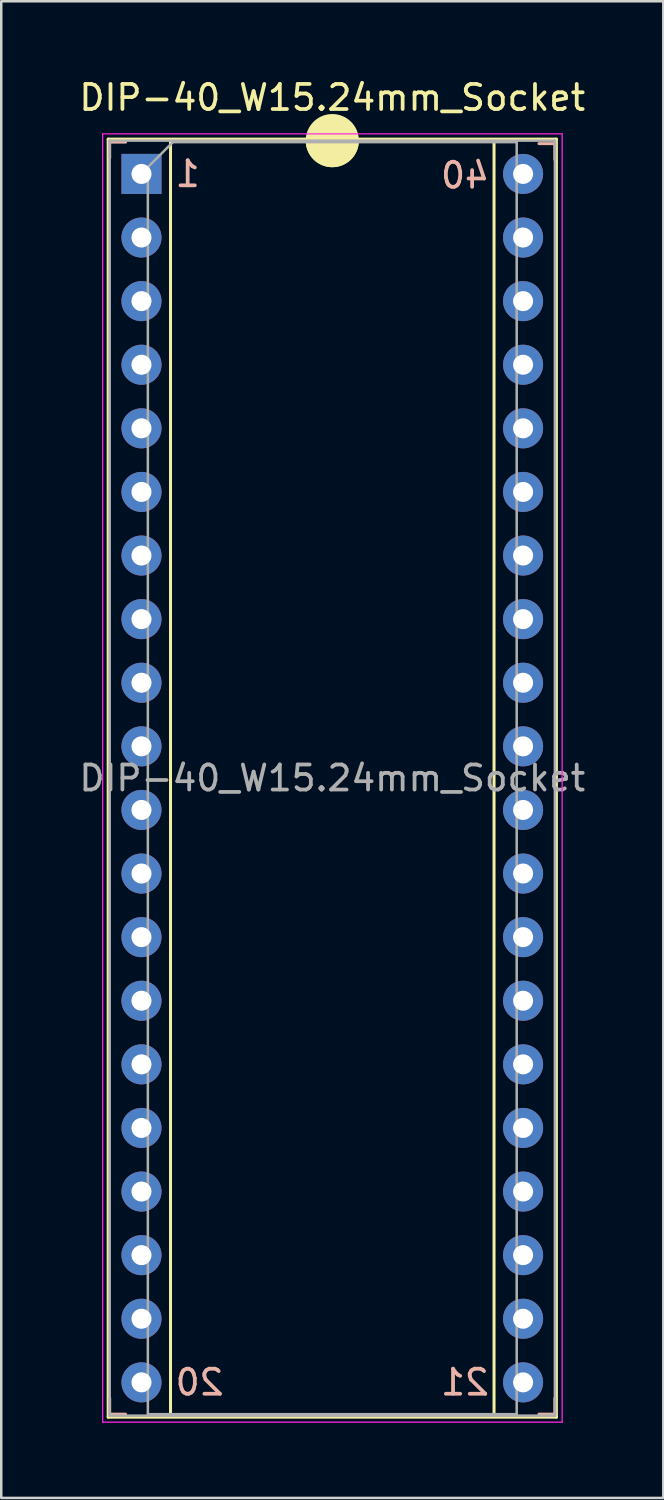
<source format=kicad_pcb>
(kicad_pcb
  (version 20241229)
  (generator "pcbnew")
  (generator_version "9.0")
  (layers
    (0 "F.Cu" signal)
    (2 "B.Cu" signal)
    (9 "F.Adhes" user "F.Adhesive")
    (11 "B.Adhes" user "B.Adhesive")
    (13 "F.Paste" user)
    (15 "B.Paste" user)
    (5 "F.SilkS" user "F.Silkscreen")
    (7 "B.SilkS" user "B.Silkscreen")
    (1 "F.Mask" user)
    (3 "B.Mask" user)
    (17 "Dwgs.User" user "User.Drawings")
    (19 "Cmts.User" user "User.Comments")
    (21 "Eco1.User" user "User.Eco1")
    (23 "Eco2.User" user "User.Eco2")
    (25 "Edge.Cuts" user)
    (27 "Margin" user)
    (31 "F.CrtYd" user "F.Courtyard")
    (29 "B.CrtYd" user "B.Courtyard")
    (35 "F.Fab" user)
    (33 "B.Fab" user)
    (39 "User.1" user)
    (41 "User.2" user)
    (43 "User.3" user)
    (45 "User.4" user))
  (footprint "DIP-40_W15.24mm_Socket"
    (layer "F.Cu")
    (at 2.6 3.896)
    (property "Reference" "DIP-40_W15.24mm_Socket" (at 7.62 -3.048 0) (layer "F.SilkS") (effects (font (size 1 1) (thickness 0.15))))
    (attr through_hole)
    (fp_line (start -1.33 -1.39) (end -1.33 49.65) (stroke (width 0.12) (type solid)) (layer "F.SilkS"))
    (fp_line (start -1.33 49.65) (end 16.57 49.65) (stroke (width 0.12) (type solid)) (layer "F.SilkS"))
    (fp_line (start 1.16 -1.33) (end 1.16 49.59) (stroke (width 0.12) (type solid)) (layer "F.SilkS"))
    (fp_line (start 1.16 49.59) (end 14.08 49.59) (stroke (width 0.12) (type solid)) (layer "F.SilkS"))
    (fp_line (start 6.62 -1.33) (end 1.16 -1.33) (stroke (width 0.12) (type solid)) (layer "F.SilkS"))
    (fp_line (start 14.08 -1.33) (end 8.62 -1.33) (stroke (width 0.12) (type solid)) (layer "F.SilkS"))
    (fp_line (start 14.08 49.59) (end 14.08 -1.33) (stroke (width 0.12) (type solid)) (layer "F.SilkS"))
    (fp_line (start 16.57 -1.39) (end -1.33 -1.39) (stroke (width 0.12) (type solid)) (layer "F.SilkS"))
    (fp_line (start 16.57 49.65) (end 16.57 -1.39) (stroke (width 0.12) (type solid)) (layer "F.SilkS"))
    (fp_arc (start 8.62 -1.33) (mid 7.62 -0.33) (end 6.62 -1.33) (stroke (width 0.12) (type solid)) (layer "F.SilkS"))
    (fp_circle (center 7.62 -1.33) (end 8.622 -1.33) (stroke (width 0.12) (type solid)) (fill yes) (layer "F.SilkS"))
    (fp_line (start -1.27 -1.27) (end -0.635 -1.27) (stroke (width 0.12) (type solid)) (layer "B.SilkS"))
    (fp_line (start -1.27 -0.635) (end -1.27 -1.27) (stroke (width 0.12) (type solid)) (layer "B.SilkS"))
    (fp_line (start -1.27 48.895) (end -1.27 49.53) (stroke (width 0.12) (type solid)) (layer "B.SilkS"))
    (fp_line (start -1.27 49.53) (end -0.635 49.53) (stroke (width 0.12) (type solid)) (layer "B.SilkS"))
    (fp_line (start 15.875 -1.21) (end 16.51 -1.21) (stroke (width 0.12) (type solid)) (layer "B.SilkS"))
    (fp_line (start 16.51 -1.21) (end 16.51 -0.575) (stroke (width 0.12) (type solid)) (layer "B.SilkS"))
    (fp_line (start 16.51 48.895) (end 16.51 49.53) (stroke (width 0.12) (type solid)) (layer "B.SilkS"))
    (fp_line (start 16.51 49.53) (end 15.875 49.53) (stroke (width 0.12) (type solid)) (layer "B.SilkS"))
    (fp_line (start -1.55 -1.6) (end -1.55 49.85) (stroke (width 0.05) (type solid)) (layer "F.CrtYd"))
    (fp_line (start -1.55 49.85) (end 16.8 49.85) (stroke (width 0.05) (type solid)) (layer "F.CrtYd"))
    (fp_line (start 16.8 -1.6) (end -1.55 -1.6) (stroke (width 0.05) (type solid)) (layer "F.CrtYd"))
    (fp_line (start 16.8 49.85) (end 16.8 -1.6) (stroke (width 0.05) (type solid)) (layer "F.CrtYd"))
    (fp_line (start -1.27 -1.33) (end -1.27 49.59) (stroke (width 0.1) (type solid)) (layer "F.Fab"))
    (fp_line (start -1.27 49.59) (end 16.51 49.59) (stroke (width 0.1) (type solid)) (layer "F.Fab"))
    (fp_line (start 0.255 -0.27) (end 1.255 -1.27) (stroke (width 0.1) (type solid)) (layer "F.Fab"))
    (fp_line (start 0.255 49.53) (end 0.255 -0.27) (stroke (width 0.1) (type solid)) (layer "F.Fab"))
    (fp_line (start 1.255 -1.27) (end 14.985 -1.27) (stroke (width 0.1) (type solid)) (layer "F.Fab"))
    (fp_line (start 14.985 -1.27) (end 14.985 49.53) (stroke (width 0.1) (type solid)) (layer "F.Fab"))
    (fp_line (start 14.985 49.53) (end 0.255 49.53) (stroke (width 0.1) (type solid)) (layer "F.Fab"))
    (fp_line (start 16.51 -1.33) (end -1.27 -1.33) (stroke (width 0.1) (type solid)) (layer "F.Fab"))
    (fp_line (start 16.51 49.59) (end 16.51 -1.33) (stroke (width 0.1) (type solid)) (layer "F.Fab"))
    (fp_text user "40" (at 13.97 0.06 0) (unlocked yes) (layer "B.SilkS") (effects (font (size 1 1) (thickness 0.15)) (justify left mirror)))
    (fp_text user "20" (at 1.27 48.26 0) (unlocked yes) (layer "B.SilkS") (effects (font (size 1 1) (thickness 0.15)) (justify right mirror)))
    (fp_text user "21" (at 13.97 48.26 0) (unlocked yes) (layer "B.SilkS") (effects (font (size 1 1) (thickness 0.15)) (justify left mirror)))
    (fp_text user "1" (at 1.27 0 0) (unlocked yes) (layer "B.SilkS") (effects (font (size 1 1) (thickness 0.15)) (justify right mirror)))
    (fp_text user "${REFERENCE}" (at 7.62 24.13 0) (layer "F.Fab") (effects (font (size 1 1) (thickness 0.15))))
    (pad "1" thru_hole rect (at 0 0) (size 1.6 1.6) (drill 0.8) (layers "*.Cu" "*.Mask"))
    (pad "2" thru_hole oval (at 0 2.54) (size 1.6 1.6) (drill 0.8) (layers "*.Cu" "*.Mask"))
    (pad "3" thru_hole oval (at 0 5.08) (size 1.6 1.6) (drill 0.8) (layers "*.Cu" "*.Mask"))
    (pad "4" thru_hole oval (at 0 7.62) (size 1.6 1.6) (drill 0.8) (layers "*.Cu" "*.Mask"))
    (pad "5" thru_hole oval (at 0 10.16) (size 1.6 1.6) (drill 0.8) (layers "*.Cu" "*.Mask"))
    (pad "6" thru_hole oval (at 0 12.7) (size 1.6 1.6) (drill 0.8) (layers "*.Cu" "*.Mask"))
    (pad "7" thru_hole oval (at 0 15.24) (size 1.6 1.6) (drill 0.8) (layers "*.Cu" "*.Mask"))
    (pad "8" thru_hole oval (at 0 17.78) (size 1.6 1.6) (drill 0.8) (layers "*.Cu" "*.Mask"))
    (pad "9" thru_hole oval (at 0 20.32) (size 1.6 1.6) (drill 0.8) (layers "*.Cu" "*.Mask"))
    (pad "10" thru_hole oval (at 0 22.86) (size 1.6 1.6) (drill 0.8) (layers "*.Cu" "*.Mask"))
    (pad "11" thru_hole oval (at 0 25.4) (size 1.6 1.6) (drill 0.8) (layers "*.Cu" "*.Mask"))
    (pad "12" thru_hole oval (at 0 27.94) (size 1.6 1.6) (drill 0.8) (layers "*.Cu" "*.Mask"))
    (pad "13" thru_hole oval (at 0 30.48) (size 1.6 1.6) (drill 0.8) (layers "*.Cu" "*.Mask"))
    (pad "14" thru_hole oval (at 0 33.02) (size 1.6 1.6) (drill 0.8) (layers "*.Cu" "*.Mask"))
    (pad "15" thru_hole oval (at 0 35.56) (size 1.6 1.6) (drill 0.8) (layers "*.Cu" "*.Mask"))
    (pad "16" thru_hole oval (at 0 38.1) (size 1.6 1.6) (drill 0.8) (layers "*.Cu" "*.Mask"))
    (pad "17" thru_hole oval (at 0 40.64) (size 1.6 1.6) (drill 0.8) (layers "*.Cu" "*.Mask"))
    (pad "18" thru_hole oval (at 0 43.18) (size 1.6 1.6) (drill 0.8) (layers "*.Cu" "*.Mask"))
    (pad "19" thru_hole oval (at 0 45.72) (size 1.6 1.6) (drill 0.8) (layers "*.Cu" "*.Mask"))
    (pad "20" thru_hole oval (at 0 48.26) (size 1.6 1.6) (drill 0.8) (layers "*.Cu" "*.Mask"))
    (pad "21" thru_hole oval (at 15.24 48.26) (size 1.6 1.6) (drill 0.8) (layers "*.Cu" "*.Mask"))
    (pad "22" thru_hole oval (at 15.24 45.72) (size 1.6 1.6) (drill 0.8) (layers "*.Cu" "*.Mask"))
    (pad "23" thru_hole oval (at 15.24 43.18) (size 1.6 1.6) (drill 0.8) (layers "*.Cu" "*.Mask"))
    (pad "24" thru_hole oval (at 15.24 40.64) (size 1.6 1.6) (drill 0.8) (layers "*.Cu" "*.Mask"))
    (pad "25" thru_hole oval (at 15.24 38.1) (size 1.6 1.6) (drill 0.8) (layers "*.Cu" "*.Mask"))
    (pad "26" thru_hole oval (at 15.24 35.56) (size 1.6 1.6) (drill 0.8) (layers "*.Cu" "*.Mask"))
    (pad "27" thru_hole oval (at 15.24 33.02) (size 1.6 1.6) (drill 0.8) (layers "*.Cu" "*.Mask"))
    (pad "28" thru_hole oval (at 15.24 30.48) (size 1.6 1.6) (drill 0.8) (layers "*.Cu" "*.Mask"))
    (pad "29" thru_hole oval (at 15.24 27.94) (size 1.6 1.6) (drill 0.8) (layers "*.Cu" "*.Mask"))
    (pad "30" thru_hole oval (at 15.24 25.4) (size 1.6 1.6) (drill 0.8) (layers "*.Cu" "*.Mask"))
    (pad "31" thru_hole oval (at 15.24 22.86) (size 1.6 1.6) (drill 0.8) (layers "*.Cu" "*.Mask"))
    (pad "32" thru_hole oval (at 15.24 20.32) (size 1.6 1.6) (drill 0.8) (layers "*.Cu" "*.Mask"))
    (pad "33" thru_hole oval (at 15.24 17.78) (size 1.6 1.6) (drill 0.8) (layers "*.Cu" "*.Mask"))
    (pad "34" thru_hole oval (at 15.24 15.24) (size 1.6 1.6) (drill 0.8) (layers "*.Cu" "*.Mask"))
    (pad "35" thru_hole oval (at 15.24 12.7) (size 1.6 1.6) (drill 0.8) (layers "*.Cu" "*.Mask"))
    (pad "36" thru_hole oval (at 15.24 10.16) (size 1.6 1.6) (drill 0.8) (layers "*.Cu" "*.Mask"))
    (pad "37" thru_hole oval (at 15.24 7.62) (size 1.6 1.6) (drill 0.8) (layers "*.Cu" "*.Mask"))
    (pad "38" thru_hole oval (at 15.24 5.08) (size 1.6 1.6) (drill 0.8) (layers "*.Cu" "*.Mask"))
    (pad "39" thru_hole oval (at 15.24 2.54) (size 1.6 1.6) (drill 0.8) (layers "*.Cu" "*.Mask"))
    (pad "40" thru_hole oval (at 15.24 0) (size 1.6 1.6) (drill 0.8) (layers "*.Cu" "*.Mask")))
  (gr_rect
    (start -3 -3)
    (end 23.44 56.771)
    (stroke (width 0.1) (type default))
    (fill no)
    (layer "Edge.Cuts")))
</source>
